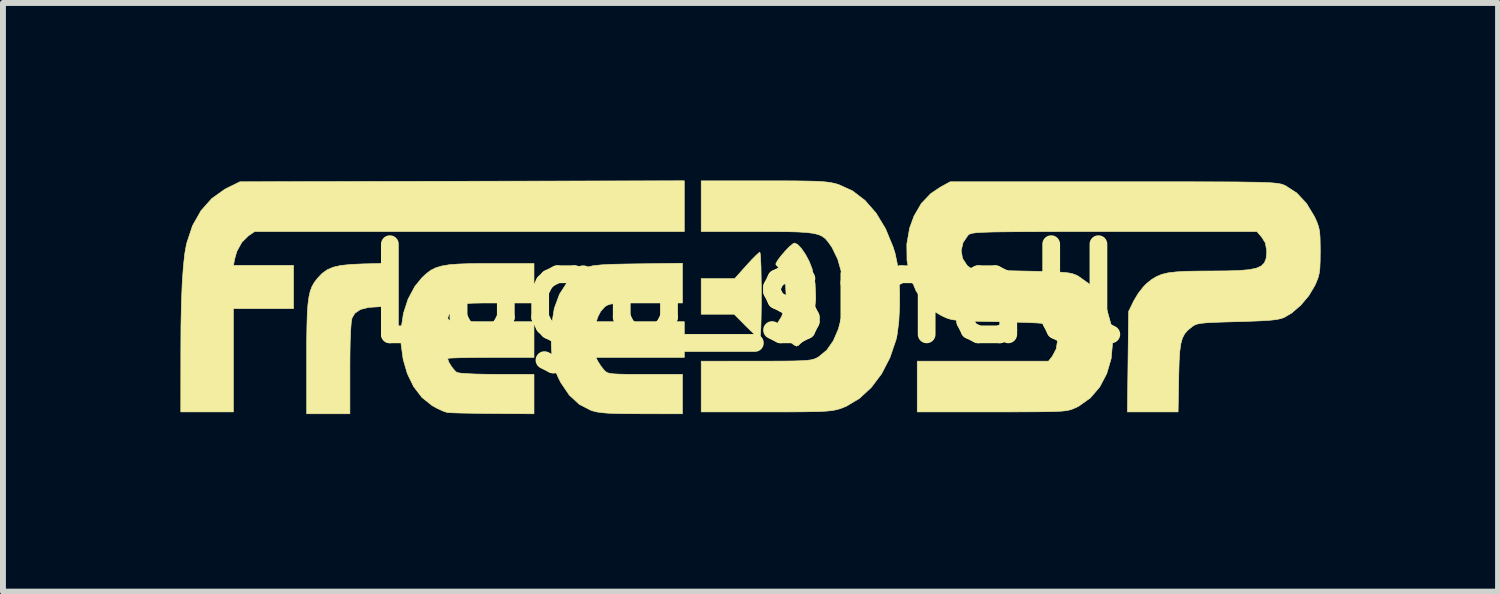
<source format=kicad_pcb>
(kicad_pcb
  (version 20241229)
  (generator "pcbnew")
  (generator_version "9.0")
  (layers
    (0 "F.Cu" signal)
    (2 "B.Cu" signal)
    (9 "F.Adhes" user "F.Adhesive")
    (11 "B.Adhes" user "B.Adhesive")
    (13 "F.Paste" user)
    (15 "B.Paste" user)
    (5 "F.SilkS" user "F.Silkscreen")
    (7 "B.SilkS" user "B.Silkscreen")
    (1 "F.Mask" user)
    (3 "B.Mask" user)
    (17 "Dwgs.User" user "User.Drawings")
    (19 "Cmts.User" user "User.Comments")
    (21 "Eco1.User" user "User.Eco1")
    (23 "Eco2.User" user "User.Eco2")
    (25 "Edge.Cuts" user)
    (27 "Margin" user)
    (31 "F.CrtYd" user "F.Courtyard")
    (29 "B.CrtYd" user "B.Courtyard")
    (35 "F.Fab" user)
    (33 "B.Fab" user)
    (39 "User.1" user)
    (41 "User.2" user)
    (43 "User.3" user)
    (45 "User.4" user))
  (footprint "Logo_small"
    (layer "F.Cu")
    (at 9.562 1.911)
    (property "Reference" "Logo_small" (at 0 0 0) (layer "F.SilkS") (effects (font (size 1.524 1.524) (thickness 0.3))))
    (attr through_hole)
    (fp_poly (pts (xy 0.236 -0.668) (xy 0.242 -0.583) (xy 0.248 -0.453) (xy 0.251 -0.285) (xy 0.254 -0.089) (xy 0.254 0.032) (xy 0.253 0.239) (xy 0.25 0.424) (xy 0.246 0.577) (xy 0.24 0.689) (xy 0.233 0.752) (xy 0.229 0.762) (xy 0.197 0.741) (xy 0.133 0.684) (xy 0.047 0.602) (xy 0 0.556) (xy -0.205 0.349) (xy -0.762 0.349) (xy -0.762 -0.254) (xy -0.195 -0.254) (xy 0.004 -0.476) (xy 0.093 -0.573) (xy 0.168 -0.648) (xy 0.217 -0.692) (xy 0.229 -0.699) (xy 0.236 -0.668)) (stroke (width 0.01) (type solid)) (fill yes) (layer "F.SilkS"))
    (fp_poly (pts (xy -1.048 -1.048) (xy -8.309 -1.048) (xy -8.414 -0.976) (xy -8.526 -0.865) (xy -8.61 -0.712) (xy -8.648 -0.579) (xy -8.666 -0.476) (xy -7.652 -0.476) (xy -7.652 0.254) (xy -8.668 0.254) (xy -8.668 2) (xy -9.557 2) (xy -9.556 1.008) (xy -9.554 0.555) (xy -9.546 0.164) (xy -9.533 -0.168) (xy -9.514 -0.444) (xy -9.491 -0.665) (xy -9.461 -0.834) (xy -9.456 -0.853) (xy -9.358 -1.148) (xy -9.216 -1.399) (xy -9.034 -1.605) (xy -8.815 -1.761) (xy -8.768 -1.786) (xy -8.558 -1.889) (xy -1.048 -1.906) (xy -1.048 -1.048)) (stroke (width 0.01) (type solid)) (fill yes) (layer "F.SilkS"))
    (fp_poly (pts (xy -5.969 0.222) (xy -6.192 0.222) (xy -6.385 0.234) (xy -6.524 0.27) (xy -6.616 0.334) (xy -6.663 0.414) (xy -6.676 0.486) (xy -6.686 0.618) (xy -6.694 0.805) (xy -6.698 1.044) (xy -6.699 1.275) (xy -6.699 2.032) (xy -7.429 2.032) (xy -7.429 1.101) (xy -7.429 0.795) (xy -7.425 0.545) (xy -7.419 0.344) (xy -7.408 0.184) (xy -7.391 0.058) (xy -7.369 -0.041) (xy -7.339 -0.12) (xy -7.3 -0.188) (xy -7.253 -0.25) (xy -7.25 -0.254) (xy -7.17 -0.339) (xy -7.084 -0.401) (xy -6.982 -0.445) (xy -6.852 -0.475) (xy -6.682 -0.492) (xy -6.462 -0.502) (xy -6.437 -0.502) (xy -5.969 -0.514) (xy -5.969 0.222)) (stroke (width 0.01) (type solid)) (fill yes) (layer "F.SilkS"))
    (fp_poly (pts (xy 0.867 -0.83) (xy 0.932 -0.761) (xy 1.001 -0.66) (xy 1.064 -0.541) (xy 1.112 -0.417) (xy 1.112 -0.417) (xy 1.162 -0.177) (xy 1.174 0.085) (xy 1.147 0.34) (xy 1.114 0.474) (xy 1.065 0.604) (xy 1.003 0.724) (xy 0.938 0.82) (xy 0.878 0.878) (xy 0.848 0.888) (xy 0.807 0.868) (xy 0.737 0.813) (xy 0.65 0.737) (xy 0.64 0.727) (xy 0.554 0.644) (xy 0.508 0.59) (xy 0.496 0.553) (xy 0.511 0.523) (xy 0.52 0.513) (xy 0.599 0.385) (xy 0.65 0.22) (xy 0.673 0.035) (xy 0.664 -0.147) (xy 0.622 -0.308) (xy 0.607 -0.342) (xy 0.559 -0.423) (xy 0.514 -0.476) (xy 0.501 -0.485) (xy 0.502 -0.512) (xy 0.536 -0.569) (xy 0.594 -0.645) (xy 0.663 -0.724) (xy 0.731 -0.794) (xy 0.788 -0.841) (xy 0.815 -0.854) (xy 0.867 -0.83)) (stroke (width 0.01) (type solid)) (fill yes) (layer "F.SilkS"))
    (fp_poly (pts (xy -1.079 0.159) (xy -1.694 0.159) (xy -1.909 0.159) (xy -2.069 0.161) (xy -2.184 0.165) (xy -2.265 0.173) (xy -2.32 0.185) (xy -2.359 0.201) (xy -2.39 0.222) (xy -2.46 0.3) (xy -2.503 0.381) (xy -2.537 0.476) (xy -1.048 0.476) (xy -1.048 1.079) (xy -2.542 1.079) (xy -2.505 1.151) (xy -2.455 1.229) (xy -2.403 1.294) (xy -2.379 1.318) (xy -2.35 1.336) (xy -2.308 1.349) (xy -2.243 1.357) (xy -2.146 1.362) (xy -2.009 1.365) (xy -1.821 1.365) (xy -1.709 1.365) (xy -1.079 1.365) (xy -1.079 2.032) (xy -1.77 2.031) (xy -2.008 2.03) (xy -2.192 2.027) (xy -2.332 2.022) (xy -2.439 2.013) (xy -2.523 2.001) (xy -2.592 1.984) (xy -2.63 1.971) (xy -2.823 1.872) (xy -2.992 1.715) (xy -3.135 1.504) (xy -3.178 1.418) (xy -3.227 1.304) (xy -3.259 1.206) (xy -3.279 1.102) (xy -3.29 0.969) (xy -3.296 0.856) (xy -3.29 0.531) (xy -3.245 0.251) (xy -3.157 0.012) (xy -3.027 -0.19) (xy -2.974 -0.249) (xy -2.904 -0.32) (xy -2.839 -0.376) (xy -2.769 -0.418) (xy -2.687 -0.449) (xy -2.583 -0.471) (xy -2.448 -0.485) (xy -2.274 -0.494) (xy -2.053 -0.499) (xy -1.849 -0.502) (xy -1.079 -0.512) (xy -1.079 0.159)) (stroke (width 0.01) (type solid)) (fill yes) (layer "F.SilkS"))
    (fp_poly (pts (xy -3.588 0.159) (xy -4.217 0.159) (xy -4.44 0.159) (xy -4.609 0.162) (xy -4.734 0.168) (xy -4.822 0.18) (xy -4.884 0.2) (xy -4.928 0.23) (xy -4.964 0.271) (xy -4.996 0.317) (xy -5.028 0.366) (xy -5.044 0.404) (xy -5.04 0.432) (xy -5.007 0.452) (xy -4.941 0.464) (xy -4.833 0.472) (xy -4.679 0.475) (xy -4.472 0.476) (xy -4.318 0.476) (xy -3.588 0.476) (xy -3.588 1.079) (xy -4.318 1.079) (xy -4.526 1.08) (xy -4.71 1.082) (xy -4.863 1.085) (xy -4.976 1.089) (xy -5.038 1.094) (xy -5.048 1.097) (xy -5.029 1.156) (xy -4.983 1.233) (xy -4.927 1.303) (xy -4.891 1.333) (xy -4.839 1.344) (xy -4.731 1.353) (xy -4.577 1.36) (xy -4.386 1.364) (xy -4.209 1.365) (xy -3.588 1.365) (xy -3.588 2.032) (xy -4.278 2.027) (xy -4.486 2.025) (xy -4.677 2.022) (xy -4.84 2.019) (xy -4.965 2.015) (xy -5.04 2.011) (xy -5.053 2.01) (xy -5.125 1.986) (xy -5.225 1.94) (xy -5.307 1.895) (xy -5.481 1.756) (xy -5.622 1.572) (xy -5.728 1.354) (xy -5.799 1.111) (xy -5.834 0.853) (xy -5.833 0.592) (xy -5.794 0.335) (xy -5.716 0.094) (xy -5.6 -0.122) (xy -5.478 -0.271) (xy -5.403 -0.34) (xy -5.329 -0.395) (xy -5.246 -0.436) (xy -5.147 -0.466) (xy -5.021 -0.487) (xy -4.861 -0.499) (xy -4.658 -0.506) (xy -4.402 -0.508) (xy -4.312 -0.508) (xy -3.588 -0.508) (xy -3.588 0.159)) (stroke (width 0.01) (type solid)) (fill yes) (layer "F.SilkS"))
    (fp_poly (pts (xy 0.59 -1.905) (xy 0.826 -1.904) (xy 1.014 -1.901) (xy 1.162 -1.898) (xy 1.276 -1.892) (xy 1.365 -1.884) (xy 1.437 -1.873) (xy 1.499 -1.86) (xy 1.559 -1.842) (xy 1.56 -1.842) (xy 1.794 -1.736) (xy 2.006 -1.574) (xy 2.194 -1.359) (xy 2.353 -1.096) (xy 2.48 -0.789) (xy 2.515 -0.677) (xy 2.553 -0.496) (xy 2.579 -0.271) (xy 2.591 -0.022) (xy 2.59 0.233) (xy 2.577 0.476) (xy 2.55 0.688) (xy 2.53 0.782) (xy 2.427 1.084) (xy 2.287 1.355) (xy 2.113 1.586) (xy 1.912 1.772) (xy 1.689 1.905) (xy 1.607 1.938) (xy 1.555 1.955) (xy 1.5 1.968) (xy 1.435 1.979) (xy 1.351 1.987) (xy 1.243 1.993) (xy 1.102 1.996) (xy 0.921 1.999) (xy 0.693 2) (xy 0.411 2) (xy 0.334 2) (xy -0.762 2) (xy -0.762 1.143) (xy 0.167 1.142) (xy 0.434 1.142) (xy 0.646 1.141) (xy 0.81 1.139) (xy 0.933 1.135) (xy 1.024 1.129) (xy 1.091 1.121) (xy 1.14 1.109) (xy 1.18 1.093) (xy 1.218 1.073) (xy 1.222 1.07) (xy 1.359 0.958) (xy 1.471 0.798) (xy 1.556 0.601) (xy 1.614 0.376) (xy 1.643 0.135) (xy 1.642 -0.111) (xy 1.61 -0.353) (xy 1.546 -0.579) (xy 1.449 -0.779) (xy 1.426 -0.813) (xy 1.381 -0.876) (xy 1.337 -0.927) (xy 1.286 -0.966) (xy 1.222 -0.996) (xy 1.137 -1.017) (xy 1.023 -1.032) (xy 0.874 -1.041) (xy 0.683 -1.046) (xy 0.442 -1.047) (xy 0.178 -1.048) (xy -0.762 -1.048) (xy -0.762 -1.905) (xy 0.298 -1.905) (xy 0.59 -1.905)) (stroke (width 0.01) (type solid)) (fill yes) (layer "F.SilkS"))
    (fp_poly (pts (xy 6.689 -1.889) (xy 7.112 -1.889) (xy 7.479 -1.889) (xy 7.795 -1.888) (xy 8.065 -1.887) (xy 8.291 -1.886) (xy 8.479 -1.883) (xy 8.632 -1.881) (xy 8.755 -1.877) (xy 8.852 -1.873) (xy 8.926 -1.867) (xy 8.982 -1.861) (xy 9.025 -1.853) (xy 9.058 -1.845) (xy 9.085 -1.834) (xy 9.111 -1.823) (xy 9.112 -1.822) (xy 9.303 -1.699) (xy 9.468 -1.522) (xy 9.601 -1.302) (xy 9.643 -1.21) (xy 9.671 -1.132) (xy 9.688 -1.053) (xy 9.696 -0.953) (xy 9.699 -0.818) (xy 9.7 -0.714) (xy 9.698 -0.548) (xy 9.693 -0.428) (xy 9.681 -0.337) (xy 9.66 -0.258) (xy 9.626 -0.175) (xy 9.608 -0.135) (xy 9.506 0.036) (xy 9.37 0.197) (xy 9.217 0.329) (xy 9.088 0.405) (xy 9.031 0.424) (xy 8.952 0.44) (xy 8.843 0.452) (xy 8.693 0.461) (xy 8.495 0.469) (xy 8.297 0.475) (xy 8.072 0.481) (xy 7.901 0.487) (xy 7.775 0.494) (xy 7.686 0.503) (xy 7.623 0.515) (xy 7.579 0.531) (xy 7.544 0.552) (xy 7.535 0.559) (xy 7.464 0.617) (xy 7.41 0.678) (xy 7.371 0.75) (xy 7.344 0.845) (xy 7.326 0.972) (xy 7.315 1.141) (xy 7.309 1.36) (xy 7.308 1.421) (xy 7.297 2) (xy 6.441 2) (xy 6.451 1.151) (xy 6.461 0.302) (xy 6.55 0.12) (xy 6.622 0.000029) (xy 6.711 -0.114) (xy 6.768 -0.172) (xy 6.85 -0.237) (xy 6.93 -0.286) (xy 7.02 -0.324) (xy 7.128 -0.35) (xy 7.264 -0.366) (xy 7.437 -0.376) (xy 7.658 -0.38) (xy 7.849 -0.381) (xy 8.12 -0.383) (xy 8.334 -0.39) (xy 8.498 -0.404) (xy 8.619 -0.429) (xy 8.702 -0.466) (xy 8.754 -0.517) (xy 8.783 -0.586) (xy 8.794 -0.675) (xy 8.795 -0.726) (xy 8.771 -0.857) (xy 8.713 -0.95) (xy 8.63 -1.048) (xy 6.22 -1.048) (xy 5.772 -1.048) (xy 5.383 -1.048) (xy 5.049 -1.047) (xy 4.765 -1.046) (xy 4.528 -1.045) (xy 4.332 -1.043) (xy 4.174 -1.041) (xy 4.049 -1.037) (xy 3.954 -1.033) (xy 3.882 -1.028) (xy 3.832 -1.021) (xy 3.797 -1.014) (xy 3.773 -1.005) (xy 3.757 -0.994) (xy 3.745 -0.983) (xy 3.663 -0.862) (xy 3.632 -0.727) (xy 3.654 -0.594) (xy 3.729 -0.478) (xy 3.736 -0.471) (xy 3.762 -0.449) (xy 3.79 -0.431) (xy 3.83 -0.418) (xy 3.888 -0.407) (xy 3.972 -0.4) (xy 4.091 -0.394) (xy 4.253 -0.389) (xy 4.464 -0.385) (xy 4.646 -0.381) (xy 4.899 -0.376) (xy 5.097 -0.371) (xy 5.248 -0.365) (xy 5.361 -0.358) (xy 5.444 -0.349) (xy 5.505 -0.337) (xy 5.553 -0.321) (xy 5.597 -0.301) (xy 5.61 -0.294) (xy 5.811 -0.151) (xy 5.973 0.037) (xy 6.092 0.266) (xy 6.166 0.53) (xy 6.191 0.82) (xy 6.166 1.099) (xy 6.091 1.354) (xy 5.973 1.578) (xy 5.815 1.763) (xy 5.62 1.902) (xy 5.575 1.925) (xy 5.533 1.943) (xy 5.493 1.959) (xy 5.448 1.971) (xy 5.392 1.981) (xy 5.317 1.988) (xy 5.217 1.993) (xy 5.086 1.996) (xy 4.917 1.998) (xy 4.704 1.999) (xy 4.439 2) (xy 4.151 2) (xy 2.889 2) (xy 2.889 1.143) (xy 5.107 1.143) (xy 5.172 1.06) (xy 5.238 0.935) (xy 5.26 0.795) (xy 5.238 0.662) (xy 5.172 0.553) (xy 5.151 0.533) (xy 5.115 0.519) (xy 5.04 0.507) (xy 4.921 0.497) (xy 4.752 0.489) (xy 4.53 0.482) (xy 4.289 0.476) (xy 4.041 0.471) (xy 3.848 0.467) (xy 3.7 0.461) (xy 3.59 0.454) (xy 3.507 0.445) (xy 3.443 0.432) (xy 3.39 0.415) (xy 3.339 0.392) (xy 3.296 0.372) (xy 3.18 0.304) (xy 3.073 0.224) (xy 3.018 0.172) (xy 2.87 -0.043) (xy 2.768 -0.291) (xy 2.716 -0.559) (xy 2.713 -0.836) (xy 2.761 -1.11) (xy 2.835 -1.311) (xy 2.959 -1.524) (xy 3.118 -1.69) (xy 3.276 -1.796) (xy 3.445 -1.889) (xy 6.207 -1.889) (xy 6.689 -1.889)) (stroke (width 0.01) (type solid)) (fill yes) (layer "F.SilkS")))
  (gr_rect
    (start -3 -3)
    (end 22.266 6.948)
    (stroke (width 0.1) (type default))
    (fill no)
    (layer "Edge.Cuts")))
</source>
